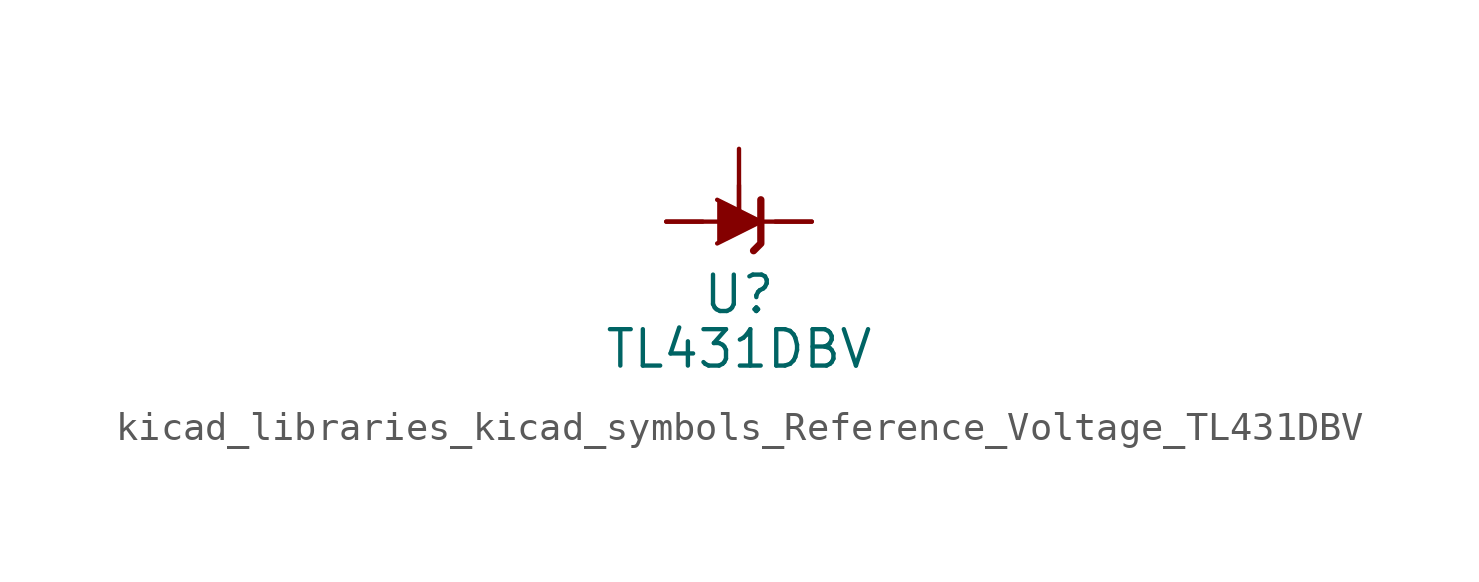
<source format=kicad_sym>
(kicad_symbol_lib
  (version 20220914)
  (generator kicad_symbol_editor)
  (symbol "kicad_libraries_kicad_symbols_Reference_Voltage_TL431DBV"
    (pin_numbers hide)
    (pin_names hide)
    (property "Reference" "U"
      (at 0 -2.54 0)
      (effects (font (size 1.27 1.27))))
    (property "Value" "TL431DBV"
      (at 0 -4.445 0)
      (effects (font (size 1.27 1.27))))
    (symbol "kicad_libraries_kicad_symbols_Reference_Voltage_TL431DBV_0_1"
      (polyline (pts (xy -2.54 0) (xy 0 0) (xy 2.54 0)) (stroke (width 0) (type default)) (fill (type none)))
      (polyline (pts (xy -0.762 0.762) (xy 0.762 0) (xy -0.762 -0.762)) (stroke (width 0) (type default)) (fill (type outline)))
      (polyline (pts (xy 0.508 -1.016) (xy 0.762 -0.762) (xy 0.762 0.762) (xy 0.762 0.762)) (stroke (width 0.254) (type default)) (fill (type none))))
    (symbol "kicad_libraries_kicad_symbols_Reference_Voltage_TL431DBV_1_1"
      (polyline (pts (xy 0 1.27) (xy 0 0)) (stroke (width 0) (type default)) (fill (type none)))
      (pin passive line (at 2.54 0 180) (length 1.27) (name "K" (effects (font (size 1.27 1.27)))) (number "3" (effects (font (size 1.27 1.27)))))
      (pin passive line (at 0 2.54 270) (length 2.54) (name "REF" (effects (font (size 1.27 1.27)))) (number "4" (effects (font (size 1.27 1.27)))))
      (pin passive line (at -2.54 0 0) (length 1.27) (name "A" (effects (font (size 1.27 1.27)))) (number "5" (effects (font (size 1.27 1.27))))))))
</source>
